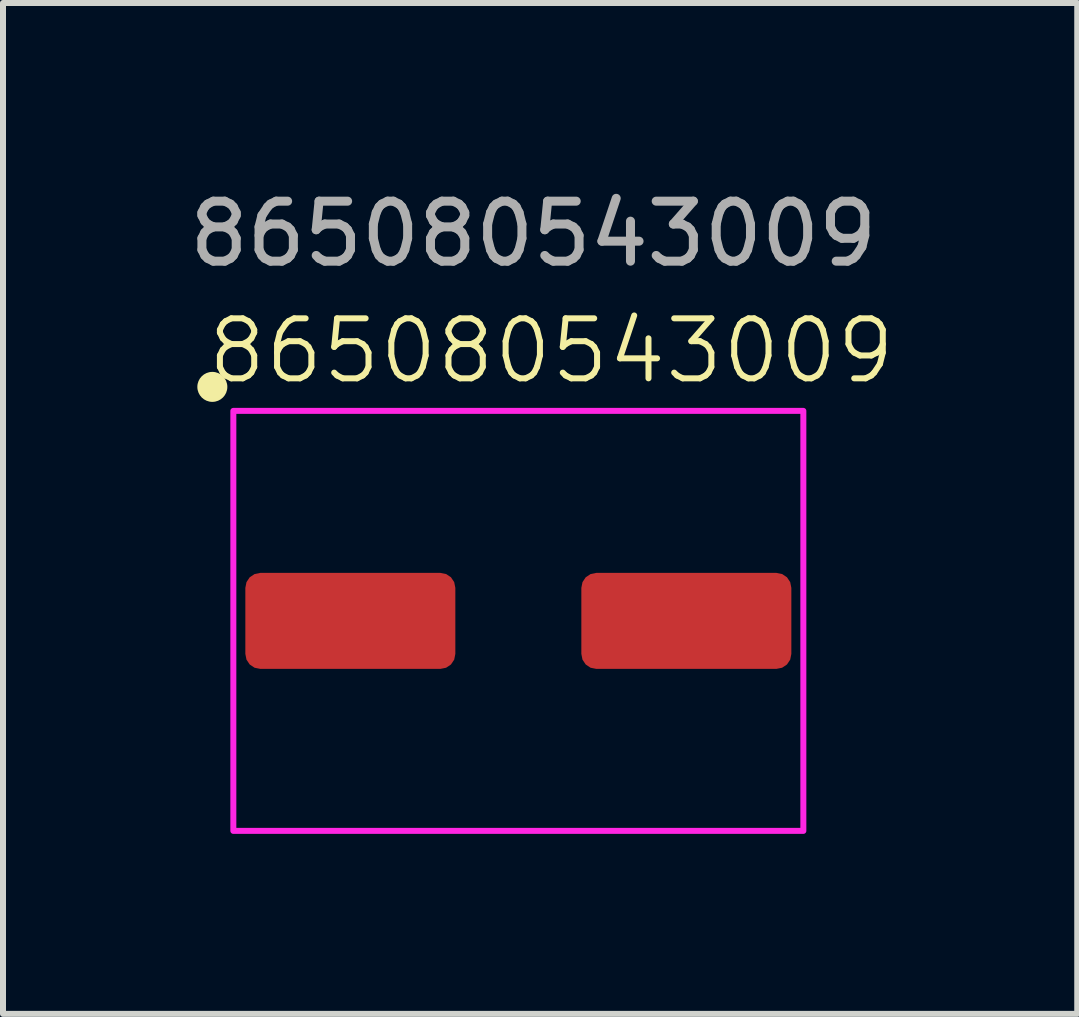
<source format=kicad_pcb>
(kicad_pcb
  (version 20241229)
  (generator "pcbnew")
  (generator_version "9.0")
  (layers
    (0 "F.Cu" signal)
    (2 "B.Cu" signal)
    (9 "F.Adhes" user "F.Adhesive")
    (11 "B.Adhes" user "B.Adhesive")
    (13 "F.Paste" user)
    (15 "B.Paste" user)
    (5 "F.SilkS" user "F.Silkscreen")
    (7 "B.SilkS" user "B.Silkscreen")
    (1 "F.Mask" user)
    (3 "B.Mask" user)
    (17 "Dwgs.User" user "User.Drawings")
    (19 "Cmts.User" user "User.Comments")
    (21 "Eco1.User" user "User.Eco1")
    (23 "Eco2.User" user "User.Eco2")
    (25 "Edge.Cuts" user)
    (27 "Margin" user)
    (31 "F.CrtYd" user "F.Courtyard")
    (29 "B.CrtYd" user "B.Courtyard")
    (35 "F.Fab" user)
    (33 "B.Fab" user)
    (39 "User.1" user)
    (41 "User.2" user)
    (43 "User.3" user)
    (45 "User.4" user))
  (footprint "865080543009"
    (layer "F.Cu")
    (at 5.589 7.298)
    (property "Reference" "865080543009" (at 0.55 -4.5 0) (unlocked yes) (layer "F.SilkS") (effects (font (size 1 1) (thickness 0.1))))
    (attr smd)
    (fp_circle (center -5.1 -3.9) (end -4.9 -3.9) (stroke (width 0.1) (type solid)) (fill yes) (layer "F.SilkS"))
    (fp_rect (start -4.75 -3.5) (end 4.75 3.5) (stroke (width 0.1) (type default)) (fill no) (layer "F.CrtYd"))
    (fp_text user "${REFERENCE}" (at 0.25 -6.45 0) (unlocked yes) (layer "F.Fab") (effects (font (size 1 1) (thickness 0.15))))
    (pad "1" smd roundrect (at -2.8 0) (size 3.5 1.6) (layers "F.Cu" "F.Mask" "F.Paste") (roundrect_rratio 0.156))
    (pad "2" smd roundrect (at 2.8 0) (size 3.5 1.6) (layers "F.Cu" "F.Mask" "F.Paste") (roundrect_rratio 0.156)))
  (gr_rect
    (start -3 -3)
    (end 14.904 13.848)
    (stroke (width 0.1) (type default))
    (fill no)
    (layer "Edge.Cuts")))
</source>
